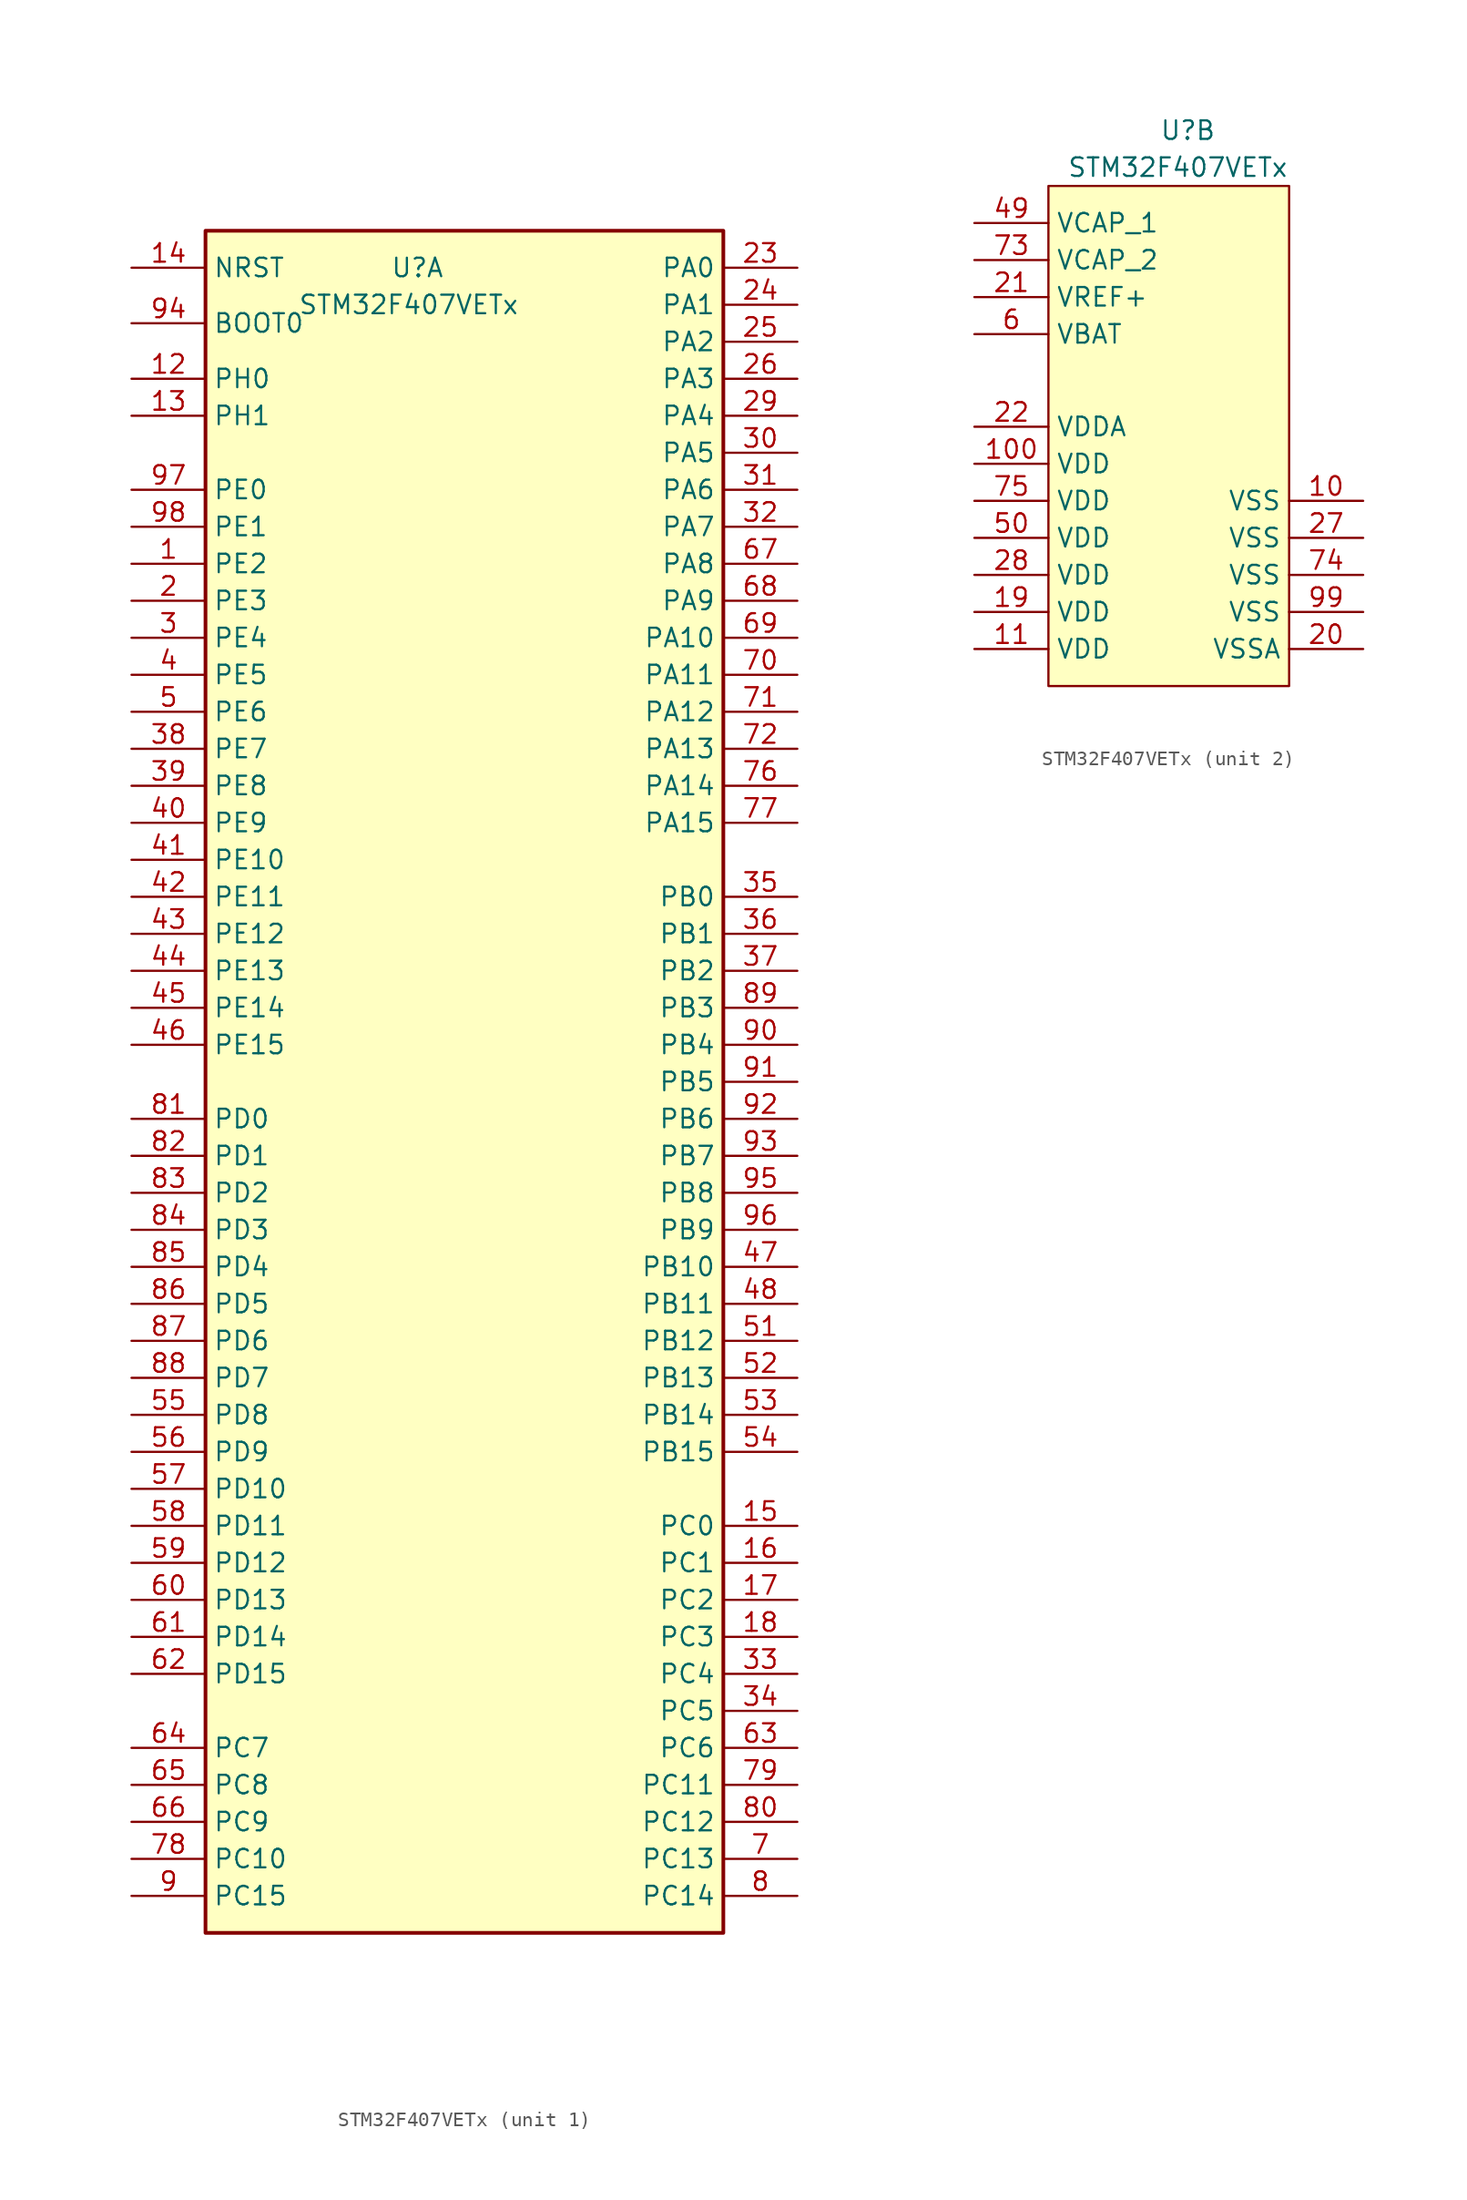
<source format=kicad_sym>
(kicad_symbol_lib
  (version 20201005)
  (generator kicad_symbol_editor)
  (symbol "CustomSymbols:STM32F407VETx"
    (property "Reference" "U"
      (at -5.08 60.96 0)
      (effects (font (size 1.27 1.27)) (justify left)))
    (property "Value" "STM32F407VETx"
      (at -11.43 58.42 0)
      (effects (font (size 1.27 1.27)) (justify left)))
    (property "ki_locked" ""
      (at 0 0 0)
      (effects (font (size 1.27 1.27))))
    (symbol "STM32F407VETx_1_1"
      (rectangle (start -17.78 63.5) (end 17.78 -53.34) (stroke (width 0.254)) (fill (type background)))
      (pin bidirectional line (at -22.86 40.64 0) (length 5.08) (name "PE2" (effects (font (size 1.27 1.27)))) (number "1" (effects (font (size 1.27 1.27)))))
      (pin input line (at -22.86 53.34 0) (length 5.08) (name "PH0" (effects (font (size 1.27 1.27)))) (number "12" (effects (font (size 1.27 1.27)))))
      (pin input line (at -22.86 50.8 0) (length 5.08) (name "PH1" (effects (font (size 1.27 1.27)))) (number "13" (effects (font (size 1.27 1.27)))))
      (pin input line (at -22.86 60.96 0) (length 5.08) (name "NRST" (effects (font (size 1.27 1.27)))) (number "14" (effects (font (size 1.27 1.27)))))
      (pin bidirectional line (at 22.86 -25.4 180) (length 5.08) (name "PC0" (effects (font (size 1.27 1.27)))) (number "15" (effects (font (size 1.27 1.27)))))
      (pin bidirectional line (at 22.86 -27.94 180) (length 5.08) (name "PC1" (effects (font (size 1.27 1.27)))) (number "16" (effects (font (size 1.27 1.27)))))
      (pin bidirectional line (at 22.86 -30.48 180) (length 5.08) (name "PC2" (effects (font (size 1.27 1.27)))) (number "17" (effects (font (size 1.27 1.27)))))
      (pin bidirectional line (at 22.86 -33.02 180) (length 5.08) (name "PC3" (effects (font (size 1.27 1.27)))) (number "18" (effects (font (size 1.27 1.27)))))
      (pin bidirectional line (at -22.86 38.1 0) (length 5.08) (name "PE3" (effects (font (size 1.27 1.27)))) (number "2" (effects (font (size 1.27 1.27)))))
      (pin bidirectional line (at 22.86 60.96 180) (length 5.08) (name "PA0" (effects (font (size 1.27 1.27)))) (number "23" (effects (font (size 1.27 1.27)))))
      (pin bidirectional line (at 22.86 58.42 180) (length 5.08) (name "PA1" (effects (font (size 1.27 1.27)))) (number "24" (effects (font (size 1.27 1.27)))))
      (pin bidirectional line (at 22.86 55.88 180) (length 5.08) (name "PA2" (effects (font (size 1.27 1.27)))) (number "25" (effects (font (size 1.27 1.27)))))
      (pin bidirectional line (at 22.86 53.34 180) (length 5.08) (name "PA3" (effects (font (size 1.27 1.27)))) (number "26" (effects (font (size 1.27 1.27)))))
      (pin bidirectional line (at 22.86 50.8 180) (length 5.08) (name "PA4" (effects (font (size 1.27 1.27)))) (number "29" (effects (font (size 1.27 1.27)))))
      (pin bidirectional line (at -22.86 35.56 0) (length 5.08) (name "PE4" (effects (font (size 1.27 1.27)))) (number "3" (effects (font (size 1.27 1.27)))))
      (pin bidirectional line (at 22.86 48.26 180) (length 5.08) (name "PA5" (effects (font (size 1.27 1.27)))) (number "30" (effects (font (size 1.27 1.27)))))
      (pin bidirectional line (at 22.86 45.72 180) (length 5.08) (name "PA6" (effects (font (size 1.27 1.27)))) (number "31" (effects (font (size 1.27 1.27)))))
      (pin bidirectional line (at 22.86 43.18 180) (length 5.08) (name "PA7" (effects (font (size 1.27 1.27)))) (number "32" (effects (font (size 1.27 1.27)))))
      (pin bidirectional line (at 22.86 -35.56 180) (length 5.08) (name "PC4" (effects (font (size 1.27 1.27)))) (number "33" (effects (font (size 1.27 1.27)))))
      (pin bidirectional line (at 22.86 -38.1 180) (length 5.08) (name "PC5" (effects (font (size 1.27 1.27)))) (number "34" (effects (font (size 1.27 1.27)))))
      (pin bidirectional line (at 22.86 17.78 180) (length 5.08) (name "PB0" (effects (font (size 1.27 1.27)))) (number "35" (effects (font (size 1.27 1.27)))))
      (pin bidirectional line (at 22.86 15.24 180) (length 5.08) (name "PB1" (effects (font (size 1.27 1.27)))) (number "36" (effects (font (size 1.27 1.27)))))
      (pin bidirectional line (at 22.86 12.7 180) (length 5.08) (name "PB2" (effects (font (size 1.27 1.27)))) (number "37" (effects (font (size 1.27 1.27)))))
      (pin bidirectional line (at -22.86 27.94 0) (length 5.08) (name "PE7" (effects (font (size 1.27 1.27)))) (number "38" (effects (font (size 1.27 1.27)))))
      (pin bidirectional line (at -22.86 25.4 0) (length 5.08) (name "PE8" (effects (font (size 1.27 1.27)))) (number "39" (effects (font (size 1.27 1.27)))))
      (pin bidirectional line (at -22.86 33.02 0) (length 5.08) (name "PE5" (effects (font (size 1.27 1.27)))) (number "4" (effects (font (size 1.27 1.27)))))
      (pin bidirectional line (at -22.86 22.86 0) (length 5.08) (name "PE9" (effects (font (size 1.27 1.27)))) (number "40" (effects (font (size 1.27 1.27)))))
      (pin bidirectional line (at -22.86 20.32 0) (length 5.08) (name "PE10" (effects (font (size 1.27 1.27)))) (number "41" (effects (font (size 1.27 1.27)))))
      (pin bidirectional line (at -22.86 17.78 0) (length 5.08) (name "PE11" (effects (font (size 1.27 1.27)))) (number "42" (effects (font (size 1.27 1.27)))))
      (pin bidirectional line (at -22.86 15.24 0) (length 5.08) (name "PE12" (effects (font (size 1.27 1.27)))) (number "43" (effects (font (size 1.27 1.27)))))
      (pin bidirectional line (at -22.86 12.7 0) (length 5.08) (name "PE13" (effects (font (size 1.27 1.27)))) (number "44" (effects (font (size 1.27 1.27)))))
      (pin bidirectional line (at -22.86 10.16 0) (length 5.08) (name "PE14" (effects (font (size 1.27 1.27)))) (number "45" (effects (font (size 1.27 1.27)))))
      (pin bidirectional line (at -22.86 7.62 0) (length 5.08) (name "PE15" (effects (font (size 1.27 1.27)))) (number "46" (effects (font (size 1.27 1.27)))))
      (pin bidirectional line (at 22.86 -7.62 180) (length 5.08) (name "PB10" (effects (font (size 1.27 1.27)))) (number "47" (effects (font (size 1.27 1.27)))))
      (pin bidirectional line (at 22.86 -10.16 180) (length 5.08) (name "PB11" (effects (font (size 1.27 1.27)))) (number "48" (effects (font (size 1.27 1.27)))))
      (pin bidirectional line (at -22.86 30.48 0) (length 5.08) (name "PE6" (effects (font (size 1.27 1.27)))) (number "5" (effects (font (size 1.27 1.27)))))
      (pin bidirectional line (at 22.86 -12.7 180) (length 5.08) (name "PB12" (effects (font (size 1.27 1.27)))) (number "51" (effects (font (size 1.27 1.27)))))
      (pin bidirectional line (at 22.86 -15.24 180) (length 5.08) (name "PB13" (effects (font (size 1.27 1.27)))) (number "52" (effects (font (size 1.27 1.27)))))
      (pin bidirectional line (at 22.86 -17.78 180) (length 5.08) (name "PB14" (effects (font (size 1.27 1.27)))) (number "53" (effects (font (size 1.27 1.27)))))
      (pin bidirectional line (at 22.86 -20.32 180) (length 5.08) (name "PB15" (effects (font (size 1.27 1.27)))) (number "54" (effects (font (size 1.27 1.27)))))
      (pin bidirectional line (at -22.86 -17.78 0) (length 5.08) (name "PD8" (effects (font (size 1.27 1.27)))) (number "55" (effects (font (size 1.27 1.27)))))
      (pin bidirectional line (at -22.86 -20.32 0) (length 5.08) (name "PD9" (effects (font (size 1.27 1.27)))) (number "56" (effects (font (size 1.27 1.27)))))
      (pin bidirectional line (at -22.86 -22.86 0) (length 5.08) (name "PD10" (effects (font (size 1.27 1.27)))) (number "57" (effects (font (size 1.27 1.27)))))
      (pin bidirectional line (at -22.86 -25.4 0) (length 5.08) (name "PD11" (effects (font (size 1.27 1.27)))) (number "58" (effects (font (size 1.27 1.27)))))
      (pin bidirectional line (at -22.86 -27.94 0) (length 5.08) (name "PD12" (effects (font (size 1.27 1.27)))) (number "59" (effects (font (size 1.27 1.27)))))
      (pin bidirectional line (at -22.86 -30.48 0) (length 5.08) (name "PD13" (effects (font (size 1.27 1.27)))) (number "60" (effects (font (size 1.27 1.27)))))
      (pin bidirectional line (at -22.86 -33.02 0) (length 5.08) (name "PD14" (effects (font (size 1.27 1.27)))) (number "61" (effects (font (size 1.27 1.27)))))
      (pin bidirectional line (at -22.86 -35.56 0) (length 5.08) (name "PD15" (effects (font (size 1.27 1.27)))) (number "62" (effects (font (size 1.27 1.27)))))
      (pin bidirectional line (at 22.86 -40.64 180) (length 5.08) (name "PC6" (effects (font (size 1.27 1.27)))) (number "63" (effects (font (size 1.27 1.27)))))
      (pin bidirectional line (at -22.86 -40.64 0) (length 5.08) (name "PC7" (effects (font (size 1.27 1.27)))) (number "64" (effects (font (size 1.27 1.27)))))
      (pin bidirectional line (at -22.86 -43.18 0) (length 5.08) (name "PC8" (effects (font (size 1.27 1.27)))) (number "65" (effects (font (size 1.27 1.27)))))
      (pin bidirectional line (at -22.86 -45.72 0) (length 5.08) (name "PC9" (effects (font (size 1.27 1.27)))) (number "66" (effects (font (size 1.27 1.27)))))
      (pin bidirectional line (at 22.86 40.64 180) (length 5.08) (name "PA8" (effects (font (size 1.27 1.27)))) (number "67" (effects (font (size 1.27 1.27)))))
      (pin bidirectional line (at 22.86 38.1 180) (length 5.08) (name "PA9" (effects (font (size 1.27 1.27)))) (number "68" (effects (font (size 1.27 1.27)))))
      (pin bidirectional line (at 22.86 35.56 180) (length 5.08) (name "PA10" (effects (font (size 1.27 1.27)))) (number "69" (effects (font (size 1.27 1.27)))))
      (pin bidirectional line (at 22.86 -48.26 180) (length 5.08) (name "PC13" (effects (font (size 1.27 1.27)))) (number "7" (effects (font (size 1.27 1.27)))))
      (pin bidirectional line (at 22.86 33.02 180) (length 5.08) (name "PA11" (effects (font (size 1.27 1.27)))) (number "70" (effects (font (size 1.27 1.27)))))
      (pin bidirectional line (at 22.86 30.48 180) (length 5.08) (name "PA12" (effects (font (size 1.27 1.27)))) (number "71" (effects (font (size 1.27 1.27)))))
      (pin bidirectional line (at 22.86 27.94 180) (length 5.08) (name "PA13" (effects (font (size 1.27 1.27)))) (number "72" (effects (font (size 1.27 1.27)))))
      (pin bidirectional line (at 22.86 25.4 180) (length 5.08) (name "PA14" (effects (font (size 1.27 1.27)))) (number "76" (effects (font (size 1.27 1.27)))))
      (pin bidirectional line (at 22.86 22.86 180) (length 5.08) (name "PA15" (effects (font (size 1.27 1.27)))) (number "77" (effects (font (size 1.27 1.27)))))
      (pin bidirectional line (at -22.86 -48.26 0) (length 5.08) (name "PC10" (effects (font (size 1.27 1.27)))) (number "78" (effects (font (size 1.27 1.27)))))
      (pin bidirectional line (at 22.86 -43.18 180) (length 5.08) (name "PC11" (effects (font (size 1.27 1.27)))) (number "79" (effects (font (size 1.27 1.27)))))
      (pin bidirectional line (at 22.86 -50.8 180) (length 5.08) (name "PC14" (effects (font (size 1.27 1.27)))) (number "8" (effects (font (size 1.27 1.27)))))
      (pin bidirectional line (at 22.86 -45.72 180) (length 5.08) (name "PC12" (effects (font (size 1.27 1.27)))) (number "80" (effects (font (size 1.27 1.27)))))
      (pin bidirectional line (at -22.86 2.54 0) (length 5.08) (name "PD0" (effects (font (size 1.27 1.27)))) (number "81" (effects (font (size 1.27 1.27)))))
      (pin bidirectional line (at -22.86 0 0) (length 5.08) (name "PD1" (effects (font (size 1.27 1.27)))) (number "82" (effects (font (size 1.27 1.27)))))
      (pin bidirectional line (at -22.86 -2.54 0) (length 5.08) (name "PD2" (effects (font (size 1.27 1.27)))) (number "83" (effects (font (size 1.27 1.27)))))
      (pin bidirectional line (at -22.86 -5.08 0) (length 5.08) (name "PD3" (effects (font (size 1.27 1.27)))) (number "84" (effects (font (size 1.27 1.27)))))
      (pin bidirectional line (at -22.86 -7.62 0) (length 5.08) (name "PD4" (effects (font (size 1.27 1.27)))) (number "85" (effects (font (size 1.27 1.27)))))
      (pin bidirectional line (at -22.86 -10.16 0) (length 5.08) (name "PD5" (effects (font (size 1.27 1.27)))) (number "86" (effects (font (size 1.27 1.27)))))
      (pin bidirectional line (at -22.86 -12.7 0) (length 5.08) (name "PD6" (effects (font (size 1.27 1.27)))) (number "87" (effects (font (size 1.27 1.27)))))
      (pin bidirectional line (at -22.86 -15.24 0) (length 5.08) (name "PD7" (effects (font (size 1.27 1.27)))) (number "88" (effects (font (size 1.27 1.27)))))
      (pin bidirectional line (at 22.86 10.16 180) (length 5.08) (name "PB3" (effects (font (size 1.27 1.27)))) (number "89" (effects (font (size 1.27 1.27)))))
      (pin bidirectional line (at -22.86 -50.8 0) (length 5.08) (name "PC15" (effects (font (size 1.27 1.27)))) (number "9" (effects (font (size 1.27 1.27)))))
      (pin bidirectional line (at 22.86 7.62 180) (length 5.08) (name "PB4" (effects (font (size 1.27 1.27)))) (number "90" (effects (font (size 1.27 1.27)))))
      (pin bidirectional line (at 22.86 5.08 180) (length 5.08) (name "PB5" (effects (font (size 1.27 1.27)))) (number "91" (effects (font (size 1.27 1.27)))))
      (pin bidirectional line (at 22.86 2.54 180) (length 5.08) (name "PB6" (effects (font (size 1.27 1.27)))) (number "92" (effects (font (size 1.27 1.27)))))
      (pin bidirectional line (at 22.86 0 180) (length 5.08) (name "PB7" (effects (font (size 1.27 1.27)))) (number "93" (effects (font (size 1.27 1.27)))))
      (pin input line (at -22.86 57.15 0) (length 5.08) (name "BOOT0" (effects (font (size 1.27 1.27)))) (number "94" (effects (font (size 1.27 1.27)))))
      (pin bidirectional line (at 22.86 -2.54 180) (length 5.08) (name "PB8" (effects (font (size 1.27 1.27)))) (number "95" (effects (font (size 1.27 1.27)))))
      (pin bidirectional line (at 22.86 -5.08 180) (length 5.08) (name "PB9" (effects (font (size 1.27 1.27)))) (number "96" (effects (font (size 1.27 1.27)))))
      (pin bidirectional line (at -22.86 45.72 0) (length 5.08) (name "PE0" (effects (font (size 1.27 1.27)))) (number "97" (effects (font (size 1.27 1.27)))))
      (pin bidirectional line (at -22.86 43.18 0) (length 5.08) (name "PE1" (effects (font (size 1.27 1.27)))) (number "98" (effects (font (size 1.27 1.27))))))
    (symbol "STM32F407VETx_2_1"
      (rectangle (start -12.7 57.15) (end 3.81 22.86) (stroke (width 0.152)) (fill (type background)))
      (pin power_in line (at 8.89 35.56 180) (length 5.08) (name "VSS" (effects (font (size 1.27 1.27)))) (number "10" (effects (font (size 1.27 1.27)))))
      (pin power_in line (at -17.78 38.1 0) (length 5.08) (name "VDD" (effects (font (size 1.27 1.27)))) (number "100" (effects (font (size 1.27 1.27)))))
      (pin power_in line (at -17.78 25.4 0) (length 5.08) (name "VDD" (effects (font (size 1.27 1.27)))) (number "11" (effects (font (size 1.27 1.27)))))
      (pin power_in line (at -17.78 27.94 0) (length 5.08) (name "VDD" (effects (font (size 1.27 1.27)))) (number "19" (effects (font (size 1.27 1.27)))))
      (pin power_in line (at 8.89 25.4 180) (length 5.08) (name "VSSA" (effects (font (size 1.27 1.27)))) (number "20" (effects (font (size 1.27 1.27)))))
      (pin power_in line (at -17.78 49.53 0) (length 5.08) (name "VREF+" (effects (font (size 1.27 1.27)))) (number "21" (effects (font (size 1.27 1.27)))))
      (pin power_in line (at -17.78 40.64 0) (length 5.08) (name "VDDA" (effects (font (size 1.27 1.27)))) (number "22" (effects (font (size 1.27 1.27)))))
      (pin power_in line (at 8.89 33.02 180) (length 5.08) (name "VSS" (effects (font (size 1.27 1.27)))) (number "27" (effects (font (size 1.27 1.27)))))
      (pin power_in line (at -17.78 30.48 0) (length 5.08) (name "VDD" (effects (font (size 1.27 1.27)))) (number "28" (effects (font (size 1.27 1.27)))))
      (pin power_in line (at -17.78 54.61 0) (length 5.08) (name "VCAP_1" (effects (font (size 1.27 1.27)))) (number "49" (effects (font (size 1.27 1.27)))))
      (pin power_in line (at -17.78 33.02 0) (length 5.08) (name "VDD" (effects (font (size 1.27 1.27)))) (number "50" (effects (font (size 1.27 1.27)))))
      (pin power_in line (at -17.78 46.99 0) (length 5.08) (name "VBAT" (effects (font (size 1.27 1.27)))) (number "6" (effects (font (size 1.27 1.27)))))
      (pin power_in line (at -17.78 52.07 0) (length 5.08) (name "VCAP_2" (effects (font (size 1.27 1.27)))) (number "73" (effects (font (size 1.27 1.27)))))
      (pin power_in line (at 8.89 30.48 180) (length 5.08) (name "VSS" (effects (font (size 1.27 1.27)))) (number "74" (effects (font (size 1.27 1.27)))))
      (pin power_in line (at -17.78 35.56 0) (length 5.08) (name "VDD" (effects (font (size 1.27 1.27)))) (number "75" (effects (font (size 1.27 1.27)))))
      (pin power_in line (at 8.89 27.94 180) (length 5.08) (name "VSS" (effects (font (size 1.27 1.27)))) (number "99" (effects (font (size 1.27 1.27))))))))
</source>
